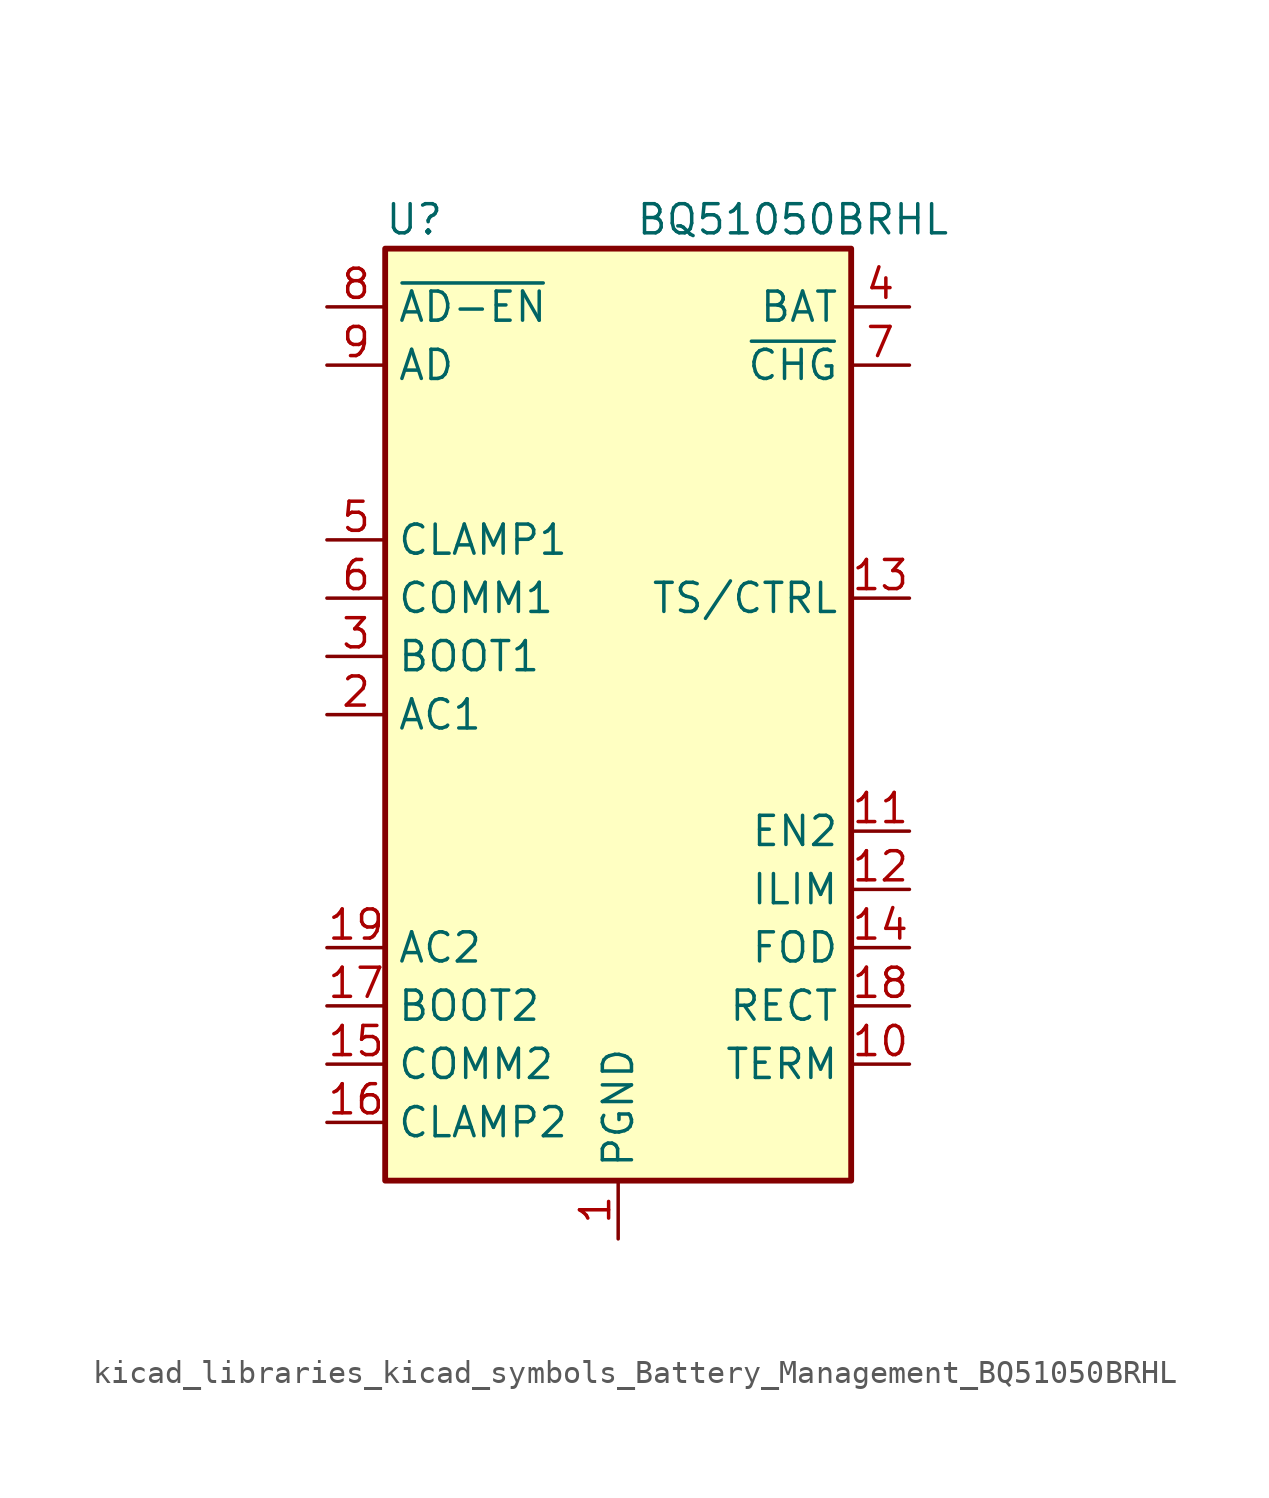
<source format=kicad_sym>
(kicad_symbol_lib
  (version 20220914)
  (generator kicad_symbol_editor)
  (symbol "kicad_libraries_kicad_symbols_Battery_Management_BQ51050BRHL"
    (property "Reference" "U"
      (at -8.89 21.59 0)
      (effects (font (size 1.27 1.27))))
    (property "Value" "BQ51050BRHL"
      (at 7.62 21.59 0)
      (effects (font (size 1.27 1.27))))
    (symbol "kicad_libraries_kicad_symbols_Battery_Management_BQ51050BRHL_0_1"
      (rectangle (start -10.16 -20.32) (end 10.16 20.32) (stroke (width 0.254) (type default)) (fill (type background))))
    (symbol "kicad_libraries_kicad_symbols_Battery_Management_BQ51050BRHL_1_1"
      (pin power_in line (at 0 -22.86 90) (length 2.54) (name "PGND" (effects (font (size 1.27 1.27)))) (number "1" (effects (font (size 1.27 1.27)))))
      (pin input line (at 12.7 -15.24 180) (length 2.54) (name "TERM" (effects (font (size 1.27 1.27)))) (number "10" (effects (font (size 1.27 1.27)))))
      (pin input line (at 12.7 -5.08 180) (length 2.54) (name "EN2" (effects (font (size 1.27 1.27)))) (number "11" (effects (font (size 1.27 1.27)))))
      (pin passive line (at 12.7 -7.62 180) (length 2.54) (name "ILIM" (effects (font (size 1.27 1.27)))) (number "12" (effects (font (size 1.27 1.27)))))
      (pin input line (at 12.7 5.08 180) (length 2.54) (name "TS/CTRL" (effects (font (size 1.27 1.27)))) (number "13" (effects (font (size 1.27 1.27)))))
      (pin input line (at 12.7 -10.16 180) (length 2.54) (name "FOD" (effects (font (size 1.27 1.27)))) (number "14" (effects (font (size 1.27 1.27)))))
      (pin open_collector line (at -12.7 -15.24 0) (length 2.54) (name "COMM2" (effects (font (size 1.27 1.27)))) (number "15" (effects (font (size 1.27 1.27)))))
      (pin open_collector line (at -12.7 -17.78 0) (length 2.54) (name "CLAMP2" (effects (font (size 1.27 1.27)))) (number "16" (effects (font (size 1.27 1.27)))))
      (pin passive line (at -12.7 -12.7 0) (length 2.54) (name "BOOT2" (effects (font (size 1.27 1.27)))) (number "17" (effects (font (size 1.27 1.27)))))
      (pin passive line (at 12.7 -12.7 180) (length 2.54) (name "RECT" (effects (font (size 1.27 1.27)))) (number "18" (effects (font (size 1.27 1.27)))))
      (pin input line (at -12.7 -10.16 0) (length 2.54) (name "AC2" (effects (font (size 1.27 1.27)))) (number "19" (effects (font (size 1.27 1.27)))))
      (pin input line (at -12.7 0 0) (length 2.54) (name "AC1" (effects (font (size 1.27 1.27)))) (number "2" (effects (font (size 1.27 1.27)))))
      (pin passive line (at 0 -22.86 90) (length 2.54) hide (name "PGND" (effects (font (size 1.27 1.27)))) (number "20" (effects (font (size 1.27 1.27)))))
      (pin passive line (at 0 -22.86 90) (length 2.54) hide (name "PGND" (effects (font (size 1.27 1.27)))) (number "21" (effects (font (size 1.27 1.27)))))
      (pin passive line (at -12.7 2.54 0) (length 2.54) (name "BOOT1" (effects (font (size 1.27 1.27)))) (number "3" (effects (font (size 1.27 1.27)))))
      (pin power_out line (at 12.7 17.78 180) (length 2.54) (name "BAT" (effects (font (size 1.27 1.27)))) (number "4" (effects (font (size 1.27 1.27)))))
      (pin open_collector line (at -12.7 7.62 0) (length 2.54) (name "CLAMP1" (effects (font (size 1.27 1.27)))) (number "5" (effects (font (size 1.27 1.27)))))
      (pin open_collector line (at -12.7 5.08 0) (length 2.54) (name "COMM1" (effects (font (size 1.27 1.27)))) (number "6" (effects (font (size 1.27 1.27)))))
      (pin open_collector line (at 12.7 15.24 180) (length 2.54) (name "~{CHG}" (effects (font (size 1.27 1.27)))) (number "7" (effects (font (size 1.27 1.27)))))
      (pin output line (at -12.7 17.78 0) (length 2.54) (name "~{AD-EN}" (effects (font (size 1.27 1.27)))) (number "8" (effects (font (size 1.27 1.27)))))
      (pin input line (at -12.7 15.24 0) (length 2.54) (name "AD" (effects (font (size 1.27 1.27)))) (number "9" (effects (font (size 1.27 1.27))))))))
</source>
